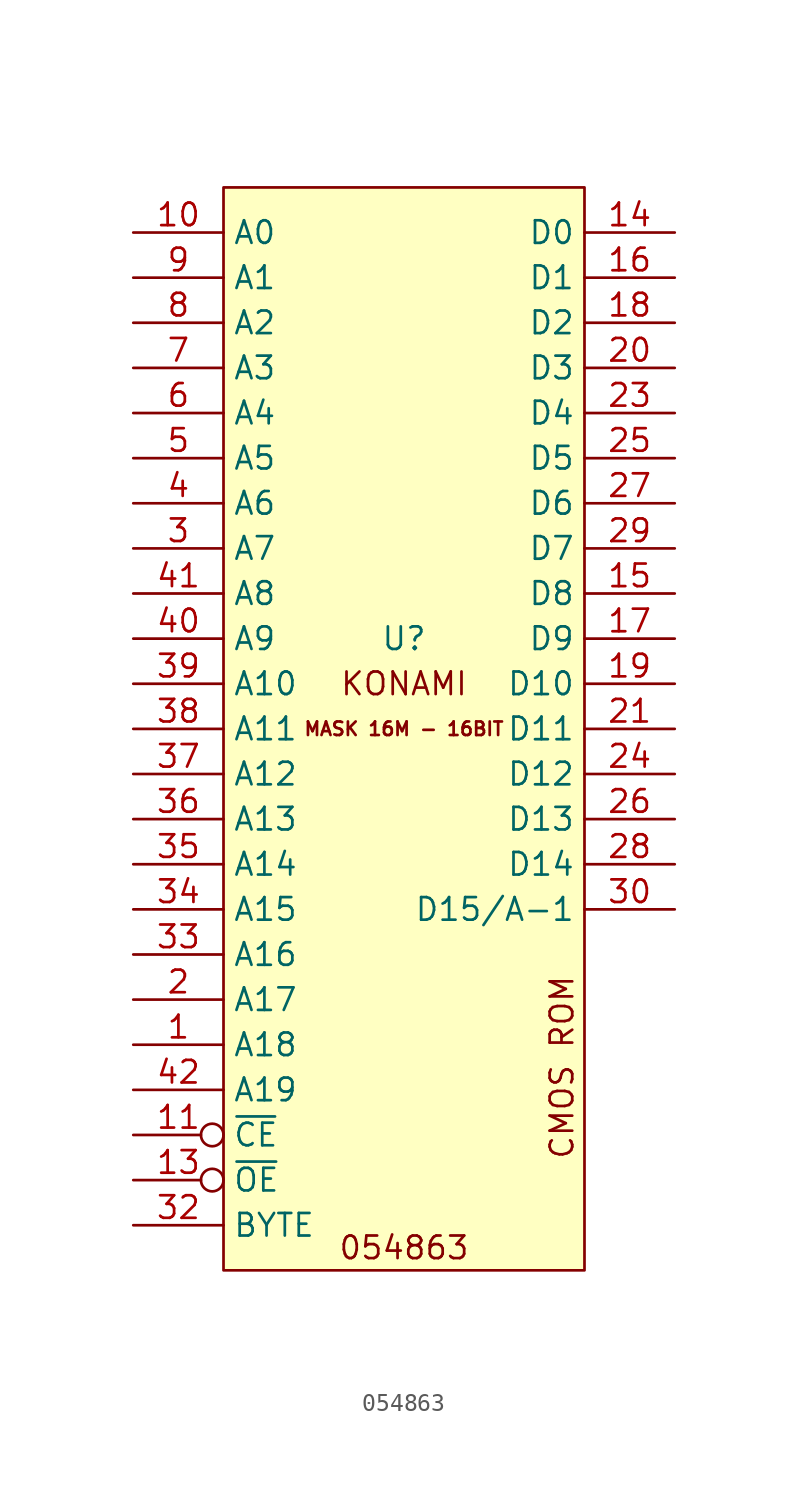
<source format=kicad_sym>
(kicad_symbol_lib
  (version 20231120)
  (generator "kicad_symbol_editor")
  (generator_version "8.0")
  (symbol "054863"
    (property "Reference" "U"
      (at 0 5.08 0)
      (effects (font (size 1.27 1.27))))
    (property "Value" ""
      (at 0 1.27 0)
      (effects (font (size 1.27 1.27))))
    (symbol "054863_0_0"
      (text "CMOS ROM" (at 8.89 -19.05 900) (effects (font (size 1.27 1.27))))
      (text "KONAMI" (at 0 2.54 0) (effects (font (size 1.27 1.27)))))
    (symbol "054863_0_1"
      (rectangle (start -10.16 30.48) (end 10.16 -30.48) (stroke (width 0) (type default)) (fill (type background))))
    (symbol "054863_1_0"
      (text "054863" (at 0 -29.21 0) (effects (font (size 1.27 1.27))))
      (text "MASK 16M - 16BIT" (at 0 0 0) (effects (font (size 0.762 0.762)))))
    (symbol "054863_1_1"
      (pin input line (at -15.24 -17.78 0) (length 5.08) (name "A18" (effects (font (size 1.27 1.27)))) (number "1" (effects (font (size 1.27 1.27)))))
      (pin input line (at -15.24 27.94 0) (length 5.08) (name "A0" (effects (font (size 1.27 1.27)))) (number "10" (effects (font (size 1.27 1.27)))))
      (pin input inverted (at -15.24 -22.86 0) (length 5.08) (name "~{CE}" (effects (font (size 1.27 1.27)))) (number "11" (effects (font (size 1.27 1.27)))))
      (pin power_in line (at -1.27 -30.48 90) (length 2.54) hide (name "VSS" (effects (font (size 1.27 1.27)))) (number "12" (effects (font (size 1.27 1.27)))))
      (pin input inverted (at -15.24 -25.4 0) (length 5.08) (name "~{OE}" (effects (font (size 1.27 1.27)))) (number "13" (effects (font (size 1.27 1.27)))))
      (pin bidirectional line (at 15.24 27.94 180) (length 5.08) (name "D0" (effects (font (size 1.27 1.27)))) (number "14" (effects (font (size 1.27 1.27)))))
      (pin bidirectional line (at 15.24 7.62 180) (length 5.08) (name "D8" (effects (font (size 1.27 1.27)))) (number "15" (effects (font (size 1.27 1.27)))))
      (pin bidirectional line (at 15.24 25.4 180) (length 5.08) (name "D1" (effects (font (size 1.27 1.27)))) (number "16" (effects (font (size 1.27 1.27)))))
      (pin bidirectional line (at 15.24 5.08 180) (length 5.08) (name "D9" (effects (font (size 1.27 1.27)))) (number "17" (effects (font (size 1.27 1.27)))))
      (pin bidirectional line (at 15.24 22.86 180) (length 5.08) (name "D2" (effects (font (size 1.27 1.27)))) (number "18" (effects (font (size 1.27 1.27)))))
      (pin bidirectional line (at 15.24 2.54 180) (length 5.08) (name "D10" (effects (font (size 1.27 1.27)))) (number "19" (effects (font (size 1.27 1.27)))))
      (pin input line (at -15.24 -15.24 0) (length 5.08) (name "A17" (effects (font (size 1.27 1.27)))) (number "2" (effects (font (size 1.27 1.27)))))
      (pin bidirectional line (at 15.24 20.32 180) (length 5.08) (name "D3" (effects (font (size 1.27 1.27)))) (number "20" (effects (font (size 1.27 1.27)))))
      (pin bidirectional line (at 15.24 0 180) (length 5.08) (name "D11" (effects (font (size 1.27 1.27)))) (number "21" (effects (font (size 1.27 1.27)))))
      (pin power_in line (at 0 30.48 270) (length 2.54) hide (name "VCC" (effects (font (size 1.27 1.27)))) (number "22" (effects (font (size 1.27 1.27)))))
      (pin bidirectional line (at 15.24 17.78 180) (length 5.08) (name "D4" (effects (font (size 1.27 1.27)))) (number "23" (effects (font (size 1.27 1.27)))))
      (pin bidirectional line (at 15.24 -2.54 180) (length 5.08) (name "D12" (effects (font (size 1.27 1.27)))) (number "24" (effects (font (size 1.27 1.27)))))
      (pin bidirectional line (at 15.24 15.24 180) (length 5.08) (name "D5" (effects (font (size 1.27 1.27)))) (number "25" (effects (font (size 1.27 1.27)))))
      (pin bidirectional line (at 15.24 -5.08 180) (length 5.08) (name "D13" (effects (font (size 1.27 1.27)))) (number "26" (effects (font (size 1.27 1.27)))))
      (pin bidirectional line (at 15.24 12.7 180) (length 5.08) (name "D6" (effects (font (size 1.27 1.27)))) (number "27" (effects (font (size 1.27 1.27)))))
      (pin bidirectional line (at 15.24 -7.62 180) (length 5.08) (name "D14" (effects (font (size 1.27 1.27)))) (number "28" (effects (font (size 1.27 1.27)))))
      (pin bidirectional line (at 15.24 10.16 180) (length 5.08) (name "D7" (effects (font (size 1.27 1.27)))) (number "29" (effects (font (size 1.27 1.27)))))
      (pin input line (at -15.24 10.16 0) (length 5.08) (name "A7" (effects (font (size 1.27 1.27)))) (number "3" (effects (font (size 1.27 1.27)))))
      (pin bidirectional line (at 15.24 -10.16 180) (length 5.08) (name "D15/A-1" (effects (font (size 1.27 1.27)))) (number "30" (effects (font (size 1.27 1.27)))))
      (pin power_in line (at 1.27 -30.48 90) (length 2.54) hide (name "VCC" (effects (font (size 1.27 1.27)))) (number "31" (effects (font (size 1.27 1.27)))))
      (pin input line (at -15.24 -27.94 0) (length 5.08) (name "BYTE" (effects (font (size 1.27 1.27)))) (number "32" (effects (font (size 1.27 1.27)))))
      (pin input line (at -15.24 -12.7 0) (length 5.08) (name "A16" (effects (font (size 1.27 1.27)))) (number "33" (effects (font (size 1.27 1.27)))))
      (pin input line (at -15.24 -10.16 0) (length 5.08) (name "A15" (effects (font (size 1.27 1.27)))) (number "34" (effects (font (size 1.27 1.27)))))
      (pin input line (at -15.24 -7.62 0) (length 5.08) (name "A14" (effects (font (size 1.27 1.27)))) (number "35" (effects (font (size 1.27 1.27)))))
      (pin input line (at -15.24 -5.08 0) (length 5.08) (name "A13" (effects (font (size 1.27 1.27)))) (number "36" (effects (font (size 1.27 1.27)))))
      (pin input line (at -15.24 -2.54 0) (length 5.08) (name "A12" (effects (font (size 1.27 1.27)))) (number "37" (effects (font (size 1.27 1.27)))))
      (pin input line (at -15.24 0 0) (length 5.08) (name "A11" (effects (font (size 1.27 1.27)))) (number "38" (effects (font (size 1.27 1.27)))))
      (pin input line (at -15.24 2.54 0) (length 5.08) (name "A10" (effects (font (size 1.27 1.27)))) (number "39" (effects (font (size 1.27 1.27)))))
      (pin input line (at -15.24 12.7 0) (length 5.08) (name "A6" (effects (font (size 1.27 1.27)))) (number "4" (effects (font (size 1.27 1.27)))))
      (pin input line (at -15.24 5.08 0) (length 5.08) (name "A9" (effects (font (size 1.27 1.27)))) (number "40" (effects (font (size 1.27 1.27)))))
      (pin input line (at -15.24 7.62 0) (length 5.08) (name "A8" (effects (font (size 1.27 1.27)))) (number "41" (effects (font (size 1.27 1.27)))))
      (pin input line (at -15.24 -20.32 0) (length 5.08) (name "A19" (effects (font (size 1.27 1.27)))) (number "42" (effects (font (size 1.27 1.27)))))
      (pin input line (at -15.24 15.24 0) (length 5.08) (name "A5" (effects (font (size 1.27 1.27)))) (number "5" (effects (font (size 1.27 1.27)))))
      (pin input line (at -15.24 17.78 0) (length 5.08) (name "A4" (effects (font (size 1.27 1.27)))) (number "6" (effects (font (size 1.27 1.27)))))
      (pin input line (at -15.24 20.32 0) (length 5.08) (name "A3" (effects (font (size 1.27 1.27)))) (number "7" (effects (font (size 1.27 1.27)))))
      (pin input line (at -15.24 22.86 0) (length 5.08) (name "A2" (effects (font (size 1.27 1.27)))) (number "8" (effects (font (size 1.27 1.27)))))
      (pin input line (at -15.24 25.4 0) (length 5.08) (name "A1" (effects (font (size 1.27 1.27)))) (number "9" (effects (font (size 1.27 1.27))))))))
</source>
